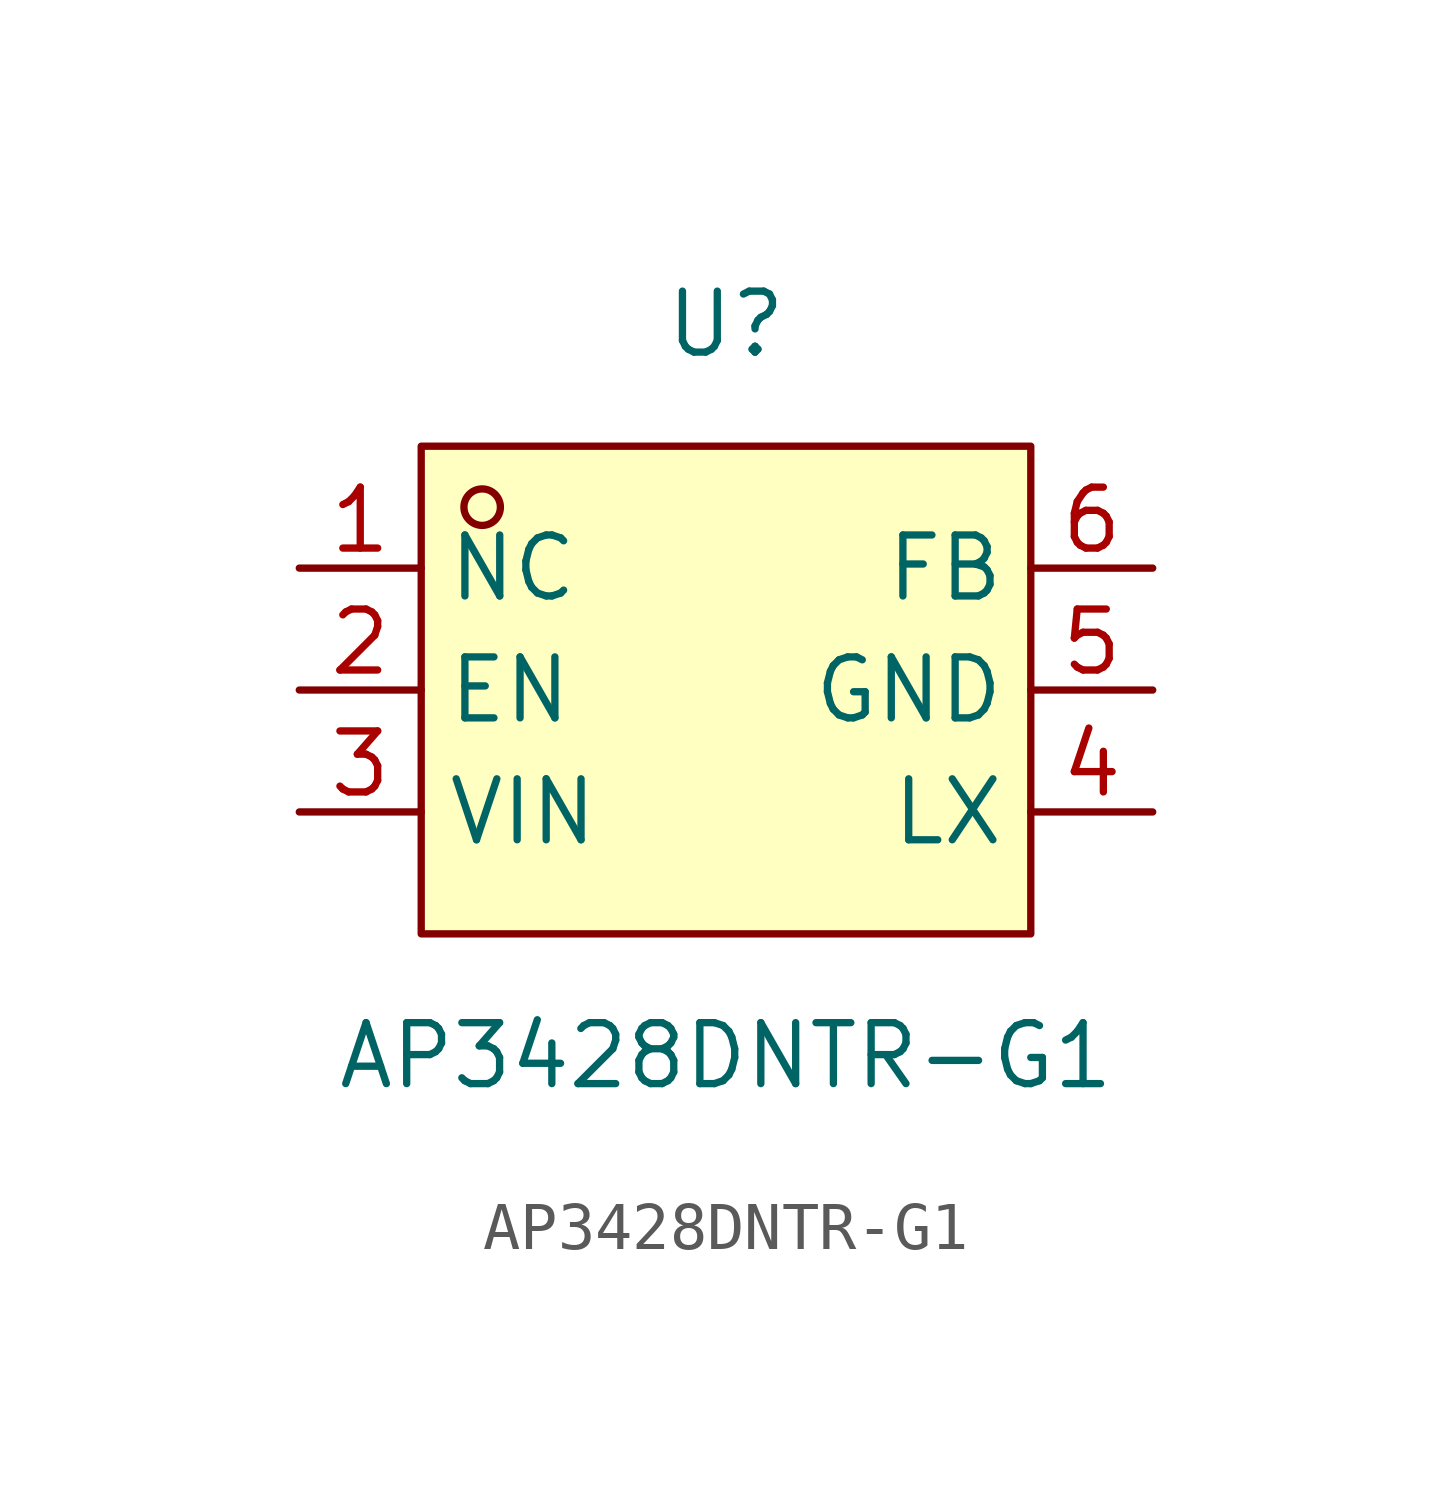
<source format=kicad_sym>
(kicad_symbol_lib
  (version 20211014)
  (generator https://github.com/uPesy/easyeda2kicad.py)
  (symbol "AP3428DNTR-G1"
    (property "Reference" "U"
      (at 0 7.62 0)
      (effects (font (size 1.27 1.27))))
    (property "Value" "AP3428DNTR-G1"
      (at 0 -7.62 0)
      (effects (font (size 1.27 1.27))))
    (symbol "AP3428DNTR-G1_0_1"
      (rectangle (start -6.35 5.08) (end 6.35 -5.08) (stroke (width 0) (type default) (color 0 0 0 0)) (fill (type background)))
      (circle (center -5.08 3.81) (radius 0.38) (stroke (width 0) (type default) (color 0 0 0 0)) (fill (type none)))
      (pin unspecified line (at -8.89 2.54 0) (length 2.54) (name "NC" (effects (font (size 1.27 1.27)))) (number "1" (effects (font (size 1.27 1.27)))))
      (pin unspecified line (at -8.89 -0.00 0) (length 2.54) (name "EN" (effects (font (size 1.27 1.27)))) (number "2" (effects (font (size 1.27 1.27)))))
      (pin unspecified line (at -8.89 -2.54 0) (length 2.54) (name "VIN" (effects (font (size 1.27 1.27)))) (number "3" (effects (font (size 1.27 1.27)))))
      (pin unspecified line (at 8.89 -2.54 180) (length 2.54) (name "LX" (effects (font (size 1.27 1.27)))) (number "4" (effects (font (size 1.27 1.27)))))
      (pin unspecified line (at 8.89 -0.00 180) (length 2.54) (name "GND" (effects (font (size 1.27 1.27)))) (number "5" (effects (font (size 1.27 1.27)))))
      (pin unspecified line (at 8.89 2.54 180) (length 2.54) (name "FB" (effects (font (size 1.27 1.27)))) (number "6" (effects (font (size 1.27 1.27))))))))
</source>
